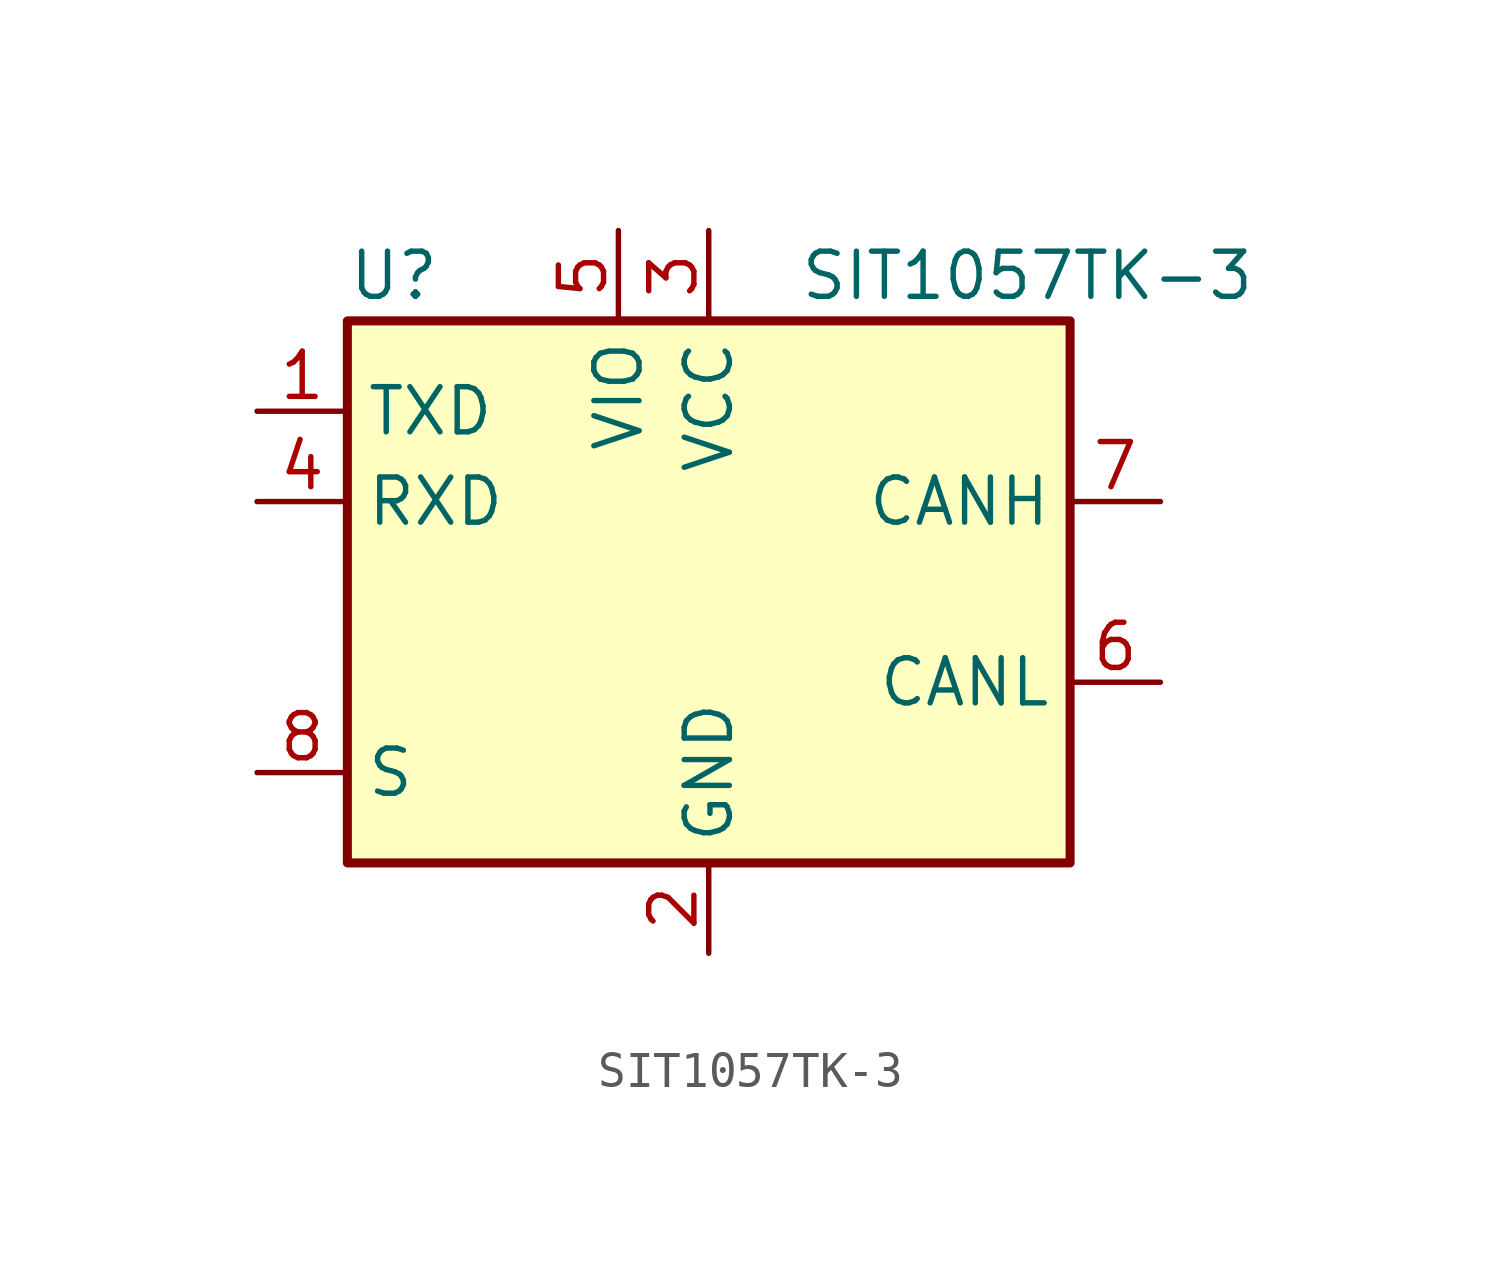
<source format=kicad_sym>
(kicad_symbol_lib
  (version 20241209)
  (generator "kicad_symbol_editor")
  (generator_version "9.0")
  (symbol "SIT1057TK-3"
    (property "Reference" "U"
      (at -10.16 8.89 0)
      (effects (font (size 1.27 1.27)) (justify left)))
    (property "Value" "SIT1057TK-3"
      (at 2.54 8.89 0)
      (effects (font (size 1.27 1.27)) (justify left)))
    (symbol "SIT1057TK-3_0_1"
      (rectangle (start -10.16 7.62) (end 10.16 -7.62) (stroke (width 0.254) (type default)) (fill (type background))))
    (symbol "SIT1057TK-3_1_1"
      (pin input line (at -12.7 5.08 0) (length 2.54) (name "TXD" (effects (font (size 1.27 1.27)))) (number "1" (effects (font (size 1.27 1.27)))))
      (pin output line (at -12.7 2.54 0) (length 2.54) (name "RXD" (effects (font (size 1.27 1.27)))) (number "4" (effects (font (size 1.27 1.27)))))
      (pin input line (at -12.7 -5.08 0) (length 2.54) (name "S" (effects (font (size 1.27 1.27)))) (number "8" (effects (font (size 1.27 1.27)))))
      (pin power_in line (at -2.54 10.16 270) (length 2.54) (name "VIO" (effects (font (size 1.27 1.27)))) (number "5" (effects (font (size 1.27 1.27)))))
      (pin power_in line (at 0 10.16 270) (length 2.54) (name "VCC" (effects (font (size 1.27 1.27)))) (number "3" (effects (font (size 1.27 1.27)))))
      (pin power_in line (at 0 -10.16 90) (length 2.54) (name "GND" (effects (font (size 1.27 1.27)))) (number "2" (effects (font (size 1.27 1.27)))))
      (pin passive line (at 0 -10.16 90) (length 2.54) (hide yes) (name "GND" (effects (font (size 1.27 1.27)))) (number "9" (effects (font (size 1.27 1.27)))))
      (pin bidirectional line (at 12.7 2.54 180) (length 2.54) (name "CANH" (effects (font (size 1.27 1.27)))) (number "7" (effects (font (size 1.27 1.27)))))
      (pin bidirectional line (at 12.7 -2.54 180) (length 2.54) (name "CANL" (effects (font (size 1.27 1.27)))) (number "6" (effects (font (size 1.27 1.27))))))))
</source>
